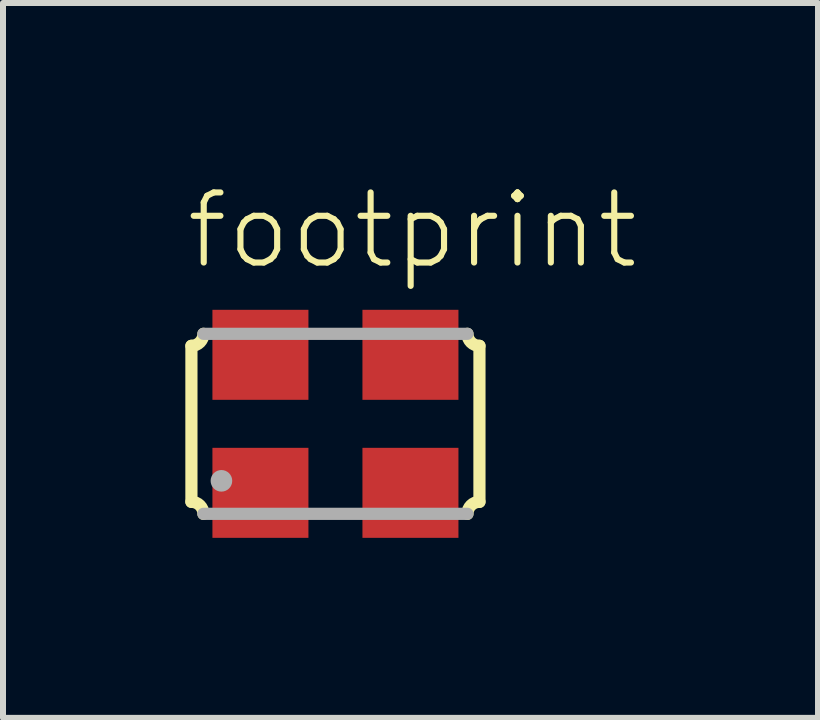
<source format=kicad_pcb>
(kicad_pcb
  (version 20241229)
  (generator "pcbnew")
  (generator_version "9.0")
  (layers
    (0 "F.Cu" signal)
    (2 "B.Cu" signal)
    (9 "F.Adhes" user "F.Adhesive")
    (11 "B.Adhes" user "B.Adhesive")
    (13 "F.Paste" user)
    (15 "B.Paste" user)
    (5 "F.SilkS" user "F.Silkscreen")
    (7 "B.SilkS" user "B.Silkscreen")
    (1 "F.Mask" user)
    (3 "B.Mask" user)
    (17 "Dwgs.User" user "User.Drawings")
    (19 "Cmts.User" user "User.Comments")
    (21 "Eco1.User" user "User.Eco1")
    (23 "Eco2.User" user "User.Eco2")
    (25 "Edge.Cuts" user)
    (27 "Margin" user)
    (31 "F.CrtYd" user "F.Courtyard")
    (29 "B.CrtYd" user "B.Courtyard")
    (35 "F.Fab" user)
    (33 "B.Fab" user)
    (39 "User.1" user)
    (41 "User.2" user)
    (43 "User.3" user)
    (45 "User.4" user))
  (footprint "footprint"
    (layer "F.Cu")
    (at 2.54 4.013)
    (property "Reference" "footprint" (at -2.54 -2.54 0) (layer "F.SilkS") (effects (font (size 1.168 1.168) (thickness 0.102)) (justify left bottom)))
    (fp_line (start -2.4 1.3) (end -2.4 -1.3) (stroke (width 0.203) (type solid)) (layer "F.SilkS"))
    (fp_line (start 2.4 -1.3) (end 2.4 1.3) (stroke (width 0.203) (type solid)) (layer "F.SilkS"))
    (fp_arc (start -2.4 1.3) (mid -2.258579 1.358579) (end -2.2 1.5) (stroke (width 0.2032) (type solid)) (layer "F.SilkS"))
    (fp_arc (start -2.2 -1.5) (mid -2.258579 -1.358579) (end -2.4 -1.3) (stroke (width 0.2032) (type solid)) (layer "F.SilkS"))
    (fp_arc (start 2.2 1.5) (mid 2.258579 1.358579) (end 2.4 1.3) (stroke (width 0.2032) (type solid)) (layer "F.SilkS"))
    (fp_arc (start 2.4 -1.3) (mid 2.258579 -1.358579) (end 2.2 -1.5) (stroke (width 0.2032) (type solid)) (layer "F.SilkS"))
    (fp_line (start -2.2 -1.5) (end 2.2 -1.5) (stroke (width 0.203) (type solid)) (layer "F.Fab"))
    (fp_line (start 2.2 1.5) (end -2.2 1.5) (stroke (width 0.203) (type solid)) (layer "F.Fab"))
    (fp_circle (center -1.9 0.95) (end -1.81 0.95) (stroke (width 0.18) (type solid)) (fill no) (layer "F.Fab"))
    (pad "1" smd rect (at -1.25 1.15) (size 1.6 1.5) (layers "F.Cu" "F.Mask" "F.Paste"))
    (pad "2" smd rect (at 1.25 1.15) (size 1.6 1.5) (layers "F.Cu" "F.Mask" "F.Paste"))
    (pad "3" smd rect (at 1.25 -1.15 180) (size 1.6 1.5) (layers "F.Cu" "F.Mask" "F.Paste"))
    (pad "4" smd rect (at -1.25 -1.15 180) (size 1.6 1.5) (layers "F.Cu" "F.Mask" "F.Paste")))
  (gr_rect
    (start -3 -3)
    (end 10.582 8.913)
    (stroke (width 0.1) (type default))
    (fill no)
    (layer "Edge.Cuts")))
</source>
